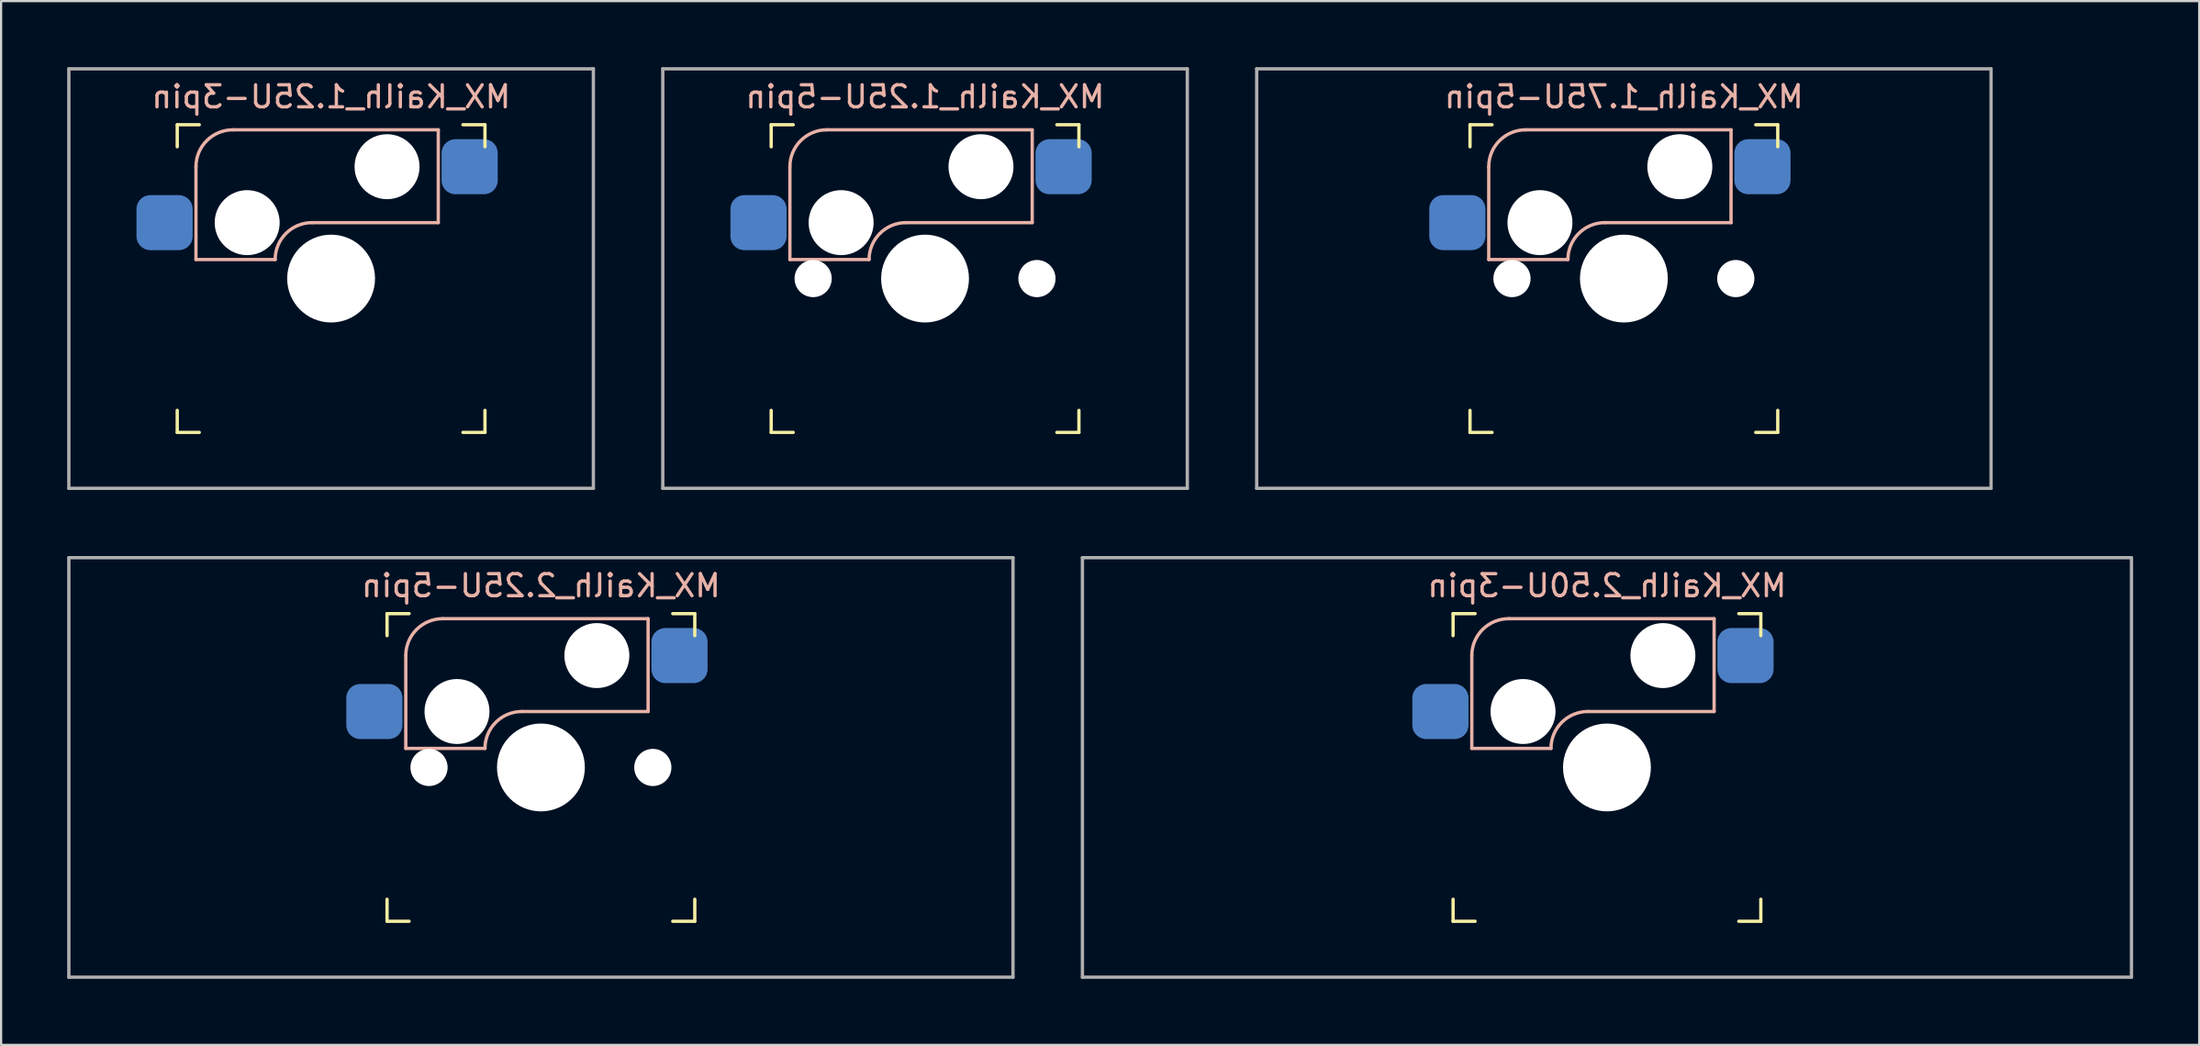
<source format=kicad_pcb>
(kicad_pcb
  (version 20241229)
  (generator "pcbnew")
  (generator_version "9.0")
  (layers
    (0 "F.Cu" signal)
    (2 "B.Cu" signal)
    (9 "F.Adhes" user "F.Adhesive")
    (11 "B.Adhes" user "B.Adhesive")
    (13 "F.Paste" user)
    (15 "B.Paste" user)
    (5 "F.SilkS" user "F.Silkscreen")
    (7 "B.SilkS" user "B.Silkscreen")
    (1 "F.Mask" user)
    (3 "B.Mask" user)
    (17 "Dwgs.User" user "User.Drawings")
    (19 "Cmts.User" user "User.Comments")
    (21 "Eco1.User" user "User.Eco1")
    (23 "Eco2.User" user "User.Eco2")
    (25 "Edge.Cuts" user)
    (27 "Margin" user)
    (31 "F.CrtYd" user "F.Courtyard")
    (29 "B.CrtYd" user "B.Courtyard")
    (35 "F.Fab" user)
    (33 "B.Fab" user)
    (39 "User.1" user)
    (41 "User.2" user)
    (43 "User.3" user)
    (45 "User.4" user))
  (footprint "MX_Kailh_2.25U-5pin"
    (layer "F.Cu")
    (at 21.506 31.8)
    (property "Reference" "MX_Kailh_2.25U-5pin" (at 0 -8.255 0) (layer "B.SilkS") (effects (font (size 1 1) (thickness 0.15)) (justify mirror)))
    (attr smd)
    (fp_line (start -6.985 -5.985) (end -6.985 -6.985) (stroke (width 0.15) (type solid)) (layer "F.SilkS"))
    (fp_line (start -6.985 6.985) (end -6.985 5.985) (stroke (width 0.15) (type solid)) (layer "F.SilkS"))
    (fp_line (start -6.985 6.985) (end -5.985 6.985) (stroke (width 0.15) (type solid)) (layer "F.SilkS"))
    (fp_line (start -5.985 -6.985) (end -6.985 -6.985) (stroke (width 0.15) (type solid)) (layer "F.SilkS"))
    (fp_line (start 5.985 6.985) (end 6.985 6.985) (stroke (width 0.15) (type solid)) (layer "F.SilkS"))
    (fp_line (start 6.985 -6.985) (end 5.985 -6.985) (stroke (width 0.15) (type solid)) (layer "F.SilkS"))
    (fp_line (start 6.985 -6.985) (end 6.985 -5.985) (stroke (width 0.15) (type solid)) (layer "F.SilkS"))
    (fp_line (start 6.985 5.985) (end 6.985 6.985) (stroke (width 0.15) (type solid)) (layer "F.SilkS"))
    (fp_line (start -6.135 -5.08) (end -6.135 -0.865) (stroke (width 0.15) (type solid)) (layer "B.SilkS"))
    (fp_line (start -6.135 -0.865) (end -2.54 -0.865) (stroke (width 0.15) (type solid)) (layer "B.SilkS"))
    (fp_line (start -4.46 -6.755) (end 4.865 -6.755) (stroke (width 0.15) (type solid)) (layer "B.SilkS"))
    (fp_line (start -0.865 -2.54) (end 4.865 -2.54) (stroke (width 0.15) (type solid)) (layer "B.SilkS"))
    (fp_line (start 4.865 -6.755) (end 4.865 -2.54) (stroke (width 0.15) (type solid)) (layer "B.SilkS"))
    (fp_arc (start -6.135 -5.08) (mid -5.644404 -6.264404) (end -4.46 -6.755) (stroke (width 0.15) (type solid)) (layer "B.SilkS"))
    (fp_arc (start -2.54 -0.865) (mid -2.049404 -2.049404) (end -0.865 -2.54) (stroke (width 0.15) (type solid)) (layer "B.SilkS"))
    (fp_line (start -6.985 6.985) (end -6.985 -6.985) (stroke (width 0.15) (type solid)) (layer "Eco2.User"))
    (fp_line (start -6.985 6.985) (end 6.985 6.985) (stroke (width 0.15) (type solid)) (layer "Eco2.User"))
    (fp_line (start 6.985 -6.985) (end -6.985 -6.985) (stroke (width 0.15) (type solid)) (layer "Eco2.User"))
    (fp_line (start 6.985 -6.985) (end 6.985 6.985) (stroke (width 0.15) (type solid)) (layer "Eco2.User"))
    (fp_line (start -21.431 -9.525) (end 21.431 -9.525) (stroke (width 0.15) (type solid)) (layer "F.Fab"))
    (fp_line (start -21.431 9.525) (end -21.431 -9.525) (stroke (width 0.15) (type solid)) (layer "F.Fab"))
    (fp_line (start 21.431 -9.525) (end 21.431 9.525) (stroke (width 0.15) (type solid)) (layer "F.Fab"))
    (fp_line (start 21.431 9.525) (end -21.431 9.525) (stroke (width 0.15) (type solid)) (layer "F.Fab"))
    (pad "" np_thru_hole circle (at -5.08 0) (size 1.688 1.688) (drill 1.688) (layers "*.Cu" "*.Mask"))
    (pad "" np_thru_hole circle (at -3.81 -2.54) (size 2.95 2.95) (drill 2.95) (layers "*.Cu" "*.Mask"))
    (pad "" np_thru_hole circle (at 0 0) (size 3.988 3.988) (drill 3.988) (layers "*.Cu" "*.Mask"))
    (pad "" np_thru_hole circle (at 2.54 -5.08) (size 2.95 2.95) (drill 2.95) (layers "*.Cu" "*.Mask"))
    (pad "" np_thru_hole circle (at 5.08 0) (size 1.688 1.688) (drill 1.688) (layers "*.Cu" "*.Mask"))
    (pad "1" smd roundrect (at 6.29 -5.08) (size 2.55 2.5) (layers "B.Cu" "B.Mask" "B.Paste") (roundrect_rratio 0.25))
    (pad "2" smd roundrect (at -7.56 -2.54) (size 2.55 2.5) (layers "B.Cu" "B.Mask" "B.Paste") (roundrect_rratio 0.25)))
  (footprint "MX_Kailh_1.75U-5pin"
    (layer "F.Cu")
    (at 70.669 9.6)
    (property "Reference" "MX_Kailh_1.75U-5pin" (at 0 -8.255 0) (layer "B.SilkS") (effects (font (size 1 1) (thickness 0.15)) (justify mirror)))
    (attr smd)
    (fp_line (start -6.985 -5.985) (end -6.985 -6.985) (stroke (width 0.15) (type solid)) (layer "F.SilkS"))
    (fp_line (start -6.985 6.985) (end -6.985 5.985) (stroke (width 0.15) (type solid)) (layer "F.SilkS"))
    (fp_line (start -6.985 6.985) (end -5.985 6.985) (stroke (width 0.15) (type solid)) (layer "F.SilkS"))
    (fp_line (start -5.985 -6.985) (end -6.985 -6.985) (stroke (width 0.15) (type solid)) (layer "F.SilkS"))
    (fp_line (start 5.985 6.985) (end 6.985 6.985) (stroke (width 0.15) (type solid)) (layer "F.SilkS"))
    (fp_line (start 6.985 -6.985) (end 5.985 -6.985) (stroke (width 0.15) (type solid)) (layer "F.SilkS"))
    (fp_line (start 6.985 -6.985) (end 6.985 -5.985) (stroke (width 0.15) (type solid)) (layer "F.SilkS"))
    (fp_line (start 6.985 5.985) (end 6.985 6.985) (stroke (width 0.15) (type solid)) (layer "F.SilkS"))
    (fp_line (start -6.135 -5.08) (end -6.135 -0.865) (stroke (width 0.15) (type solid)) (layer "B.SilkS"))
    (fp_line (start -6.135 -0.865) (end -2.54 -0.865) (stroke (width 0.15) (type solid)) (layer "B.SilkS"))
    (fp_line (start -4.46 -6.755) (end 4.865 -6.755) (stroke (width 0.15) (type solid)) (layer "B.SilkS"))
    (fp_line (start -0.865 -2.54) (end 4.865 -2.54) (stroke (width 0.15) (type solid)) (layer "B.SilkS"))
    (fp_line (start 4.865 -6.755) (end 4.865 -2.54) (stroke (width 0.15) (type solid)) (layer "B.SilkS"))
    (fp_arc (start -6.135 -5.08) (mid -5.644404 -6.264404) (end -4.46 -6.755) (stroke (width 0.15) (type solid)) (layer "B.SilkS"))
    (fp_arc (start -2.54 -0.865) (mid -2.049404 -2.049404) (end -0.865 -2.54) (stroke (width 0.15) (type solid)) (layer "B.SilkS"))
    (fp_line (start -6.985 6.985) (end -6.985 -6.985) (stroke (width 0.15) (type solid)) (layer "Eco2.User"))
    (fp_line (start -6.985 6.985) (end 6.985 6.985) (stroke (width 0.15) (type solid)) (layer "Eco2.User"))
    (fp_line (start 6.985 -6.985) (end -6.985 -6.985) (stroke (width 0.15) (type solid)) (layer "Eco2.User"))
    (fp_line (start 6.985 -6.985) (end 6.985 6.985) (stroke (width 0.15) (type solid)) (layer "Eco2.User"))
    (fp_line (start -16.669 -9.525) (end 16.669 -9.525) (stroke (width 0.15) (type solid)) (layer "F.Fab"))
    (fp_line (start -16.669 9.525) (end -16.669 -9.525) (stroke (width 0.15) (type solid)) (layer "F.Fab"))
    (fp_line (start 16.669 -9.525) (end 16.669 9.525) (stroke (width 0.15) (type solid)) (layer "F.Fab"))
    (fp_line (start 16.669 9.525) (end -16.669 9.525) (stroke (width 0.15) (type solid)) (layer "F.Fab"))
    (pad "" np_thru_hole circle (at -5.08 0) (size 1.688 1.688) (drill 1.688) (layers "*.Cu" "*.Mask"))
    (pad "" np_thru_hole circle (at -3.81 -2.54) (size 2.95 2.95) (drill 2.95) (layers "*.Cu" "*.Mask"))
    (pad "" np_thru_hole circle (at 0 0) (size 3.988 3.988) (drill 3.988) (layers "*.Cu" "*.Mask"))
    (pad "" np_thru_hole circle (at 2.54 -5.08) (size 2.95 2.95) (drill 2.95) (layers "*.Cu" "*.Mask"))
    (pad "" np_thru_hole circle (at 5.08 0) (size 1.688 1.688) (drill 1.688) (layers "*.Cu" "*.Mask"))
    (pad "1" smd roundrect (at 6.29 -5.08) (size 2.55 2.5) (layers "B.Cu" "B.Mask" "B.Paste") (roundrect_rratio 0.25))
    (pad "2" smd roundrect (at -7.56 -2.54) (size 2.55 2.5) (layers "B.Cu" "B.Mask" "B.Paste") (roundrect_rratio 0.25)))
  (footprint "MX_Kailh_2.50U-3pin"
    (layer "F.Cu")
    (at 69.9 31.8)
    (property "Reference" "MX_Kailh_2.50U-3pin" (at 0 -8.255 0) (layer "B.SilkS") (effects (font (size 1 1) (thickness 0.15)) (justify mirror)))
    (attr smd)
    (fp_line (start -6.985 -5.985) (end -6.985 -6.985) (stroke (width 0.15) (type solid)) (layer "F.SilkS"))
    (fp_line (start -6.985 6.985) (end -6.985 5.985) (stroke (width 0.15) (type solid)) (layer "F.SilkS"))
    (fp_line (start -6.985 6.985) (end -5.985 6.985) (stroke (width 0.15) (type solid)) (layer "F.SilkS"))
    (fp_line (start -5.985 -6.985) (end -6.985 -6.985) (stroke (width 0.15) (type solid)) (layer "F.SilkS"))
    (fp_line (start 5.985 6.985) (end 6.985 6.985) (stroke (width 0.15) (type solid)) (layer "F.SilkS"))
    (fp_line (start 6.985 -6.985) (end 5.985 -6.985) (stroke (width 0.15) (type solid)) (layer "F.SilkS"))
    (fp_line (start 6.985 -6.985) (end 6.985 -5.985) (stroke (width 0.15) (type solid)) (layer "F.SilkS"))
    (fp_line (start 6.985 5.985) (end 6.985 6.985) (stroke (width 0.15) (type solid)) (layer "F.SilkS"))
    (fp_line (start -6.135 -5.08) (end -6.135 -0.865) (stroke (width 0.15) (type solid)) (layer "B.SilkS"))
    (fp_line (start -6.135 -0.865) (end -2.54 -0.865) (stroke (width 0.15) (type solid)) (layer "B.SilkS"))
    (fp_line (start -4.46 -6.755) (end 4.865 -6.755) (stroke (width 0.15) (type solid)) (layer "B.SilkS"))
    (fp_line (start -0.865 -2.54) (end 4.865 -2.54) (stroke (width 0.15) (type solid)) (layer "B.SilkS"))
    (fp_line (start 4.865 -6.755) (end 4.865 -2.54) (stroke (width 0.15) (type solid)) (layer "B.SilkS"))
    (fp_arc (start -6.135 -5.08) (mid -5.644404 -6.264404) (end -4.46 -6.755) (stroke (width 0.15) (type solid)) (layer "B.SilkS"))
    (fp_arc (start -2.54 -0.865) (mid -2.049404 -2.049404) (end -0.865 -2.54) (stroke (width 0.15) (type solid)) (layer "B.SilkS"))
    (fp_line (start -6.985 6.985) (end -6.985 -6.985) (stroke (width 0.15) (type solid)) (layer "Eco2.User"))
    (fp_line (start -6.985 6.985) (end 6.985 6.985) (stroke (width 0.15) (type solid)) (layer "Eco2.User"))
    (fp_line (start 6.985 -6.985) (end -6.985 -6.985) (stroke (width 0.15) (type solid)) (layer "Eco2.User"))
    (fp_line (start 6.985 -6.985) (end 6.985 6.985) (stroke (width 0.15) (type solid)) (layer "Eco2.User"))
    (fp_line (start -23.812 -9.525) (end 23.812 -9.525) (stroke (width 0.15) (type solid)) (layer "F.Fab"))
    (fp_line (start -23.812 9.525) (end -23.812 -9.525) (stroke (width 0.15) (type solid)) (layer "F.Fab"))
    (fp_line (start 23.812 -9.525) (end 23.812 9.525) (stroke (width 0.15) (type solid)) (layer "F.Fab"))
    (fp_line (start 23.812 9.525) (end -23.812 9.525) (stroke (width 0.15) (type solid)) (layer "F.Fab"))
    (pad "" np_thru_hole circle (at -3.81 -2.54) (size 2.95 2.95) (drill 2.95) (layers "*.Cu" "*.Mask"))
    (pad "" np_thru_hole circle (at 0 0) (size 3.988 3.988) (drill 3.988) (layers "*.Cu" "*.Mask"))
    (pad "" np_thru_hole circle (at 2.54 -5.08) (size 2.95 2.95) (drill 2.95) (layers "*.Cu" "*.Mask"))
    (pad "1" smd roundrect (at 6.29 -5.08) (size 2.55 2.5) (layers "B.Cu" "B.Mask" "B.Paste") (roundrect_rratio 0.25))
    (pad "2" smd roundrect (at -7.56 -2.54) (size 2.55 2.5) (layers "B.Cu" "B.Mask" "B.Paste") (roundrect_rratio 0.25)))
  (footprint "MX_Kailh_1.25U-3pin"
    (layer "F.Cu")
    (at 11.981 9.6)
    (property "Reference" "MX_Kailh_1.25U-3pin" (at 0 -8.255 0) (layer "B.SilkS") (effects (font (size 1 1) (thickness 0.15)) (justify mirror)))
    (attr smd)
    (fp_line (start -6.985 -5.985) (end -6.985 -6.985) (stroke (width 0.15) (type solid)) (layer "F.SilkS"))
    (fp_line (start -6.985 6.985) (end -6.985 5.985) (stroke (width 0.15) (type solid)) (layer "F.SilkS"))
    (fp_line (start -6.985 6.985) (end -5.985 6.985) (stroke (width 0.15) (type solid)) (layer "F.SilkS"))
    (fp_line (start -5.985 -6.985) (end -6.985 -6.985) (stroke (width 0.15) (type solid)) (layer "F.SilkS"))
    (fp_line (start 5.985 6.985) (end 6.985 6.985) (stroke (width 0.15) (type solid)) (layer "F.SilkS"))
    (fp_line (start 6.985 -6.985) (end 5.985 -6.985) (stroke (width 0.15) (type solid)) (layer "F.SilkS"))
    (fp_line (start 6.985 -6.985) (end 6.985 -5.985) (stroke (width 0.15) (type solid)) (layer "F.SilkS"))
    (fp_line (start 6.985 5.985) (end 6.985 6.985) (stroke (width 0.15) (type solid)) (layer "F.SilkS"))
    (fp_line (start -6.135 -5.08) (end -6.135 -0.865) (stroke (width 0.15) (type solid)) (layer "B.SilkS"))
    (fp_line (start -6.135 -0.865) (end -2.54 -0.865) (stroke (width 0.15) (type solid)) (layer "B.SilkS"))
    (fp_line (start -4.46 -6.755) (end 4.865 -6.755) (stroke (width 0.15) (type solid)) (layer "B.SilkS"))
    (fp_line (start -0.865 -2.54) (end 4.865 -2.54) (stroke (width 0.15) (type solid)) (layer "B.SilkS"))
    (fp_line (start 4.865 -6.755) (end 4.865 -2.54) (stroke (width 0.15) (type solid)) (layer "B.SilkS"))
    (fp_arc (start -6.135 -5.08) (mid -5.644404 -6.264404) (end -4.46 -6.755) (stroke (width 0.15) (type solid)) (layer "B.SilkS"))
    (fp_arc (start -2.54 -0.865) (mid -2.049404 -2.049404) (end -0.865 -2.54) (stroke (width 0.15) (type solid)) (layer "B.SilkS"))
    (fp_line (start -6.985 6.985) (end -6.985 -6.985) (stroke (width 0.15) (type solid)) (layer "Eco2.User"))
    (fp_line (start -6.985 6.985) (end 6.985 6.985) (stroke (width 0.15) (type solid)) (layer "Eco2.User"))
    (fp_line (start 6.985 -6.985) (end -6.985 -6.985) (stroke (width 0.15) (type solid)) (layer "Eco2.User"))
    (fp_line (start 6.985 -6.985) (end 6.985 6.985) (stroke (width 0.15) (type solid)) (layer "Eco2.User"))
    (fp_line (start -11.906 -9.525) (end 11.906 -9.525) (stroke (width 0.15) (type solid)) (layer "F.Fab"))
    (fp_line (start -11.906 9.525) (end -11.906 -9.525) (stroke (width 0.15) (type solid)) (layer "F.Fab"))
    (fp_line (start 11.906 -9.525) (end 11.906 9.525) (stroke (width 0.15) (type solid)) (layer "F.Fab"))
    (fp_line (start 11.906 9.525) (end -11.906 9.525) (stroke (width 0.15) (type solid)) (layer "F.Fab"))
    (pad "" np_thru_hole circle (at -3.81 -2.54) (size 2.95 2.95) (drill 2.95) (layers "*.Cu" "*.Mask"))
    (pad "" np_thru_hole circle (at 0 0) (size 3.988 3.988) (drill 3.988) (layers "*.Cu" "*.Mask"))
    (pad "" np_thru_hole circle (at 2.54 -5.08) (size 2.95 2.95) (drill 2.95) (layers "*.Cu" "*.Mask"))
    (pad "1" smd roundrect (at 6.29 -5.08) (size 2.55 2.5) (layers "B.Cu" "B.Mask" "B.Paste") (roundrect_rratio 0.25))
    (pad "2" smd roundrect (at -7.56 -2.54) (size 2.55 2.5) (layers "B.Cu" "B.Mask" "B.Paste") (roundrect_rratio 0.25)))
  (footprint "MX_Kailh_1.25U-5pin"
    (layer "F.Cu")
    (at 38.944 9.6)
    (property "Reference" "MX_Kailh_1.25U-5pin" (at 0 -8.255 0) (layer "B.SilkS") (effects (font (size 1 1) (thickness 0.15)) (justify mirror)))
    (attr smd)
    (fp_line (start -6.985 -5.985) (end -6.985 -6.985) (stroke (width 0.15) (type solid)) (layer "F.SilkS"))
    (fp_line (start -6.985 6.985) (end -6.985 5.985) (stroke (width 0.15) (type solid)) (layer "F.SilkS"))
    (fp_line (start -6.985 6.985) (end -5.985 6.985) (stroke (width 0.15) (type solid)) (layer "F.SilkS"))
    (fp_line (start -5.985 -6.985) (end -6.985 -6.985) (stroke (width 0.15) (type solid)) (layer "F.SilkS"))
    (fp_line (start 5.985 6.985) (end 6.985 6.985) (stroke (width 0.15) (type solid)) (layer "F.SilkS"))
    (fp_line (start 6.985 -6.985) (end 5.985 -6.985) (stroke (width 0.15) (type solid)) (layer "F.SilkS"))
    (fp_line (start 6.985 -6.985) (end 6.985 -5.985) (stroke (width 0.15) (type solid)) (layer "F.SilkS"))
    (fp_line (start 6.985 5.985) (end 6.985 6.985) (stroke (width 0.15) (type solid)) (layer "F.SilkS"))
    (fp_line (start -6.135 -5.08) (end -6.135 -0.865) (stroke (width 0.15) (type solid)) (layer "B.SilkS"))
    (fp_line (start -6.135 -0.865) (end -2.54 -0.865) (stroke (width 0.15) (type solid)) (layer "B.SilkS"))
    (fp_line (start -4.46 -6.755) (end 4.865 -6.755) (stroke (width 0.15) (type solid)) (layer "B.SilkS"))
    (fp_line (start -0.865 -2.54) (end 4.865 -2.54) (stroke (width 0.15) (type solid)) (layer "B.SilkS"))
    (fp_line (start 4.865 -6.755) (end 4.865 -2.54) (stroke (width 0.15) (type solid)) (layer "B.SilkS"))
    (fp_arc (start -6.135 -5.08) (mid -5.644404 -6.264404) (end -4.46 -6.755) (stroke (width 0.15) (type solid)) (layer "B.SilkS"))
    (fp_arc (start -2.54 -0.865) (mid -2.049404 -2.049404) (end -0.865 -2.54) (stroke (width 0.15) (type solid)) (layer "B.SilkS"))
    (fp_line (start -6.985 6.985) (end -6.985 -6.985) (stroke (width 0.15) (type solid)) (layer "Eco2.User"))
    (fp_line (start -6.985 6.985) (end 6.985 6.985) (stroke (width 0.15) (type solid)) (layer "Eco2.User"))
    (fp_line (start 6.985 -6.985) (end -6.985 -6.985) (stroke (width 0.15) (type solid)) (layer "Eco2.User"))
    (fp_line (start 6.985 -6.985) (end 6.985 6.985) (stroke (width 0.15) (type solid)) (layer "Eco2.User"))
    (fp_line (start -11.906 -9.525) (end 11.906 -9.525) (stroke (width 0.15) (type solid)) (layer "F.Fab"))
    (fp_line (start -11.906 9.525) (end -11.906 -9.525) (stroke (width 0.15) (type solid)) (layer "F.Fab"))
    (fp_line (start 11.906 -9.525) (end 11.906 9.525) (stroke (width 0.15) (type solid)) (layer "F.Fab"))
    (fp_line (start 11.906 9.525) (end -11.906 9.525) (stroke (width 0.15) (type solid)) (layer "F.Fab"))
    (pad "" np_thru_hole circle (at -5.08 0) (size 1.688 1.688) (drill 1.688) (layers "*.Cu" "*.Mask"))
    (pad "" np_thru_hole circle (at -3.81 -2.54) (size 2.95 2.95) (drill 2.95) (layers "*.Cu" "*.Mask"))
    (pad "" np_thru_hole circle (at 0 0) (size 3.988 3.988) (drill 3.988) (layers "*.Cu" "*.Mask"))
    (pad "" np_thru_hole circle (at 2.54 -5.08) (size 2.95 2.95) (drill 2.95) (layers "*.Cu" "*.Mask"))
    (pad "" np_thru_hole circle (at 5.08 0) (size 1.688 1.688) (drill 1.688) (layers "*.Cu" "*.Mask"))
    (pad "1" smd roundrect (at 6.29 -5.08) (size 2.55 2.5) (layers "B.Cu" "B.Mask" "B.Paste") (roundrect_rratio 0.25))
    (pad "2" smd roundrect (at -7.56 -2.54) (size 2.55 2.5) (layers "B.Cu" "B.Mask" "B.Paste") (roundrect_rratio 0.25)))
  (gr_rect
    (start -3 -3)
    (end 96.787 44.4)
    (stroke (width 0.1) (type default))
    (fill no)
    (layer "Edge.Cuts")))
</source>
